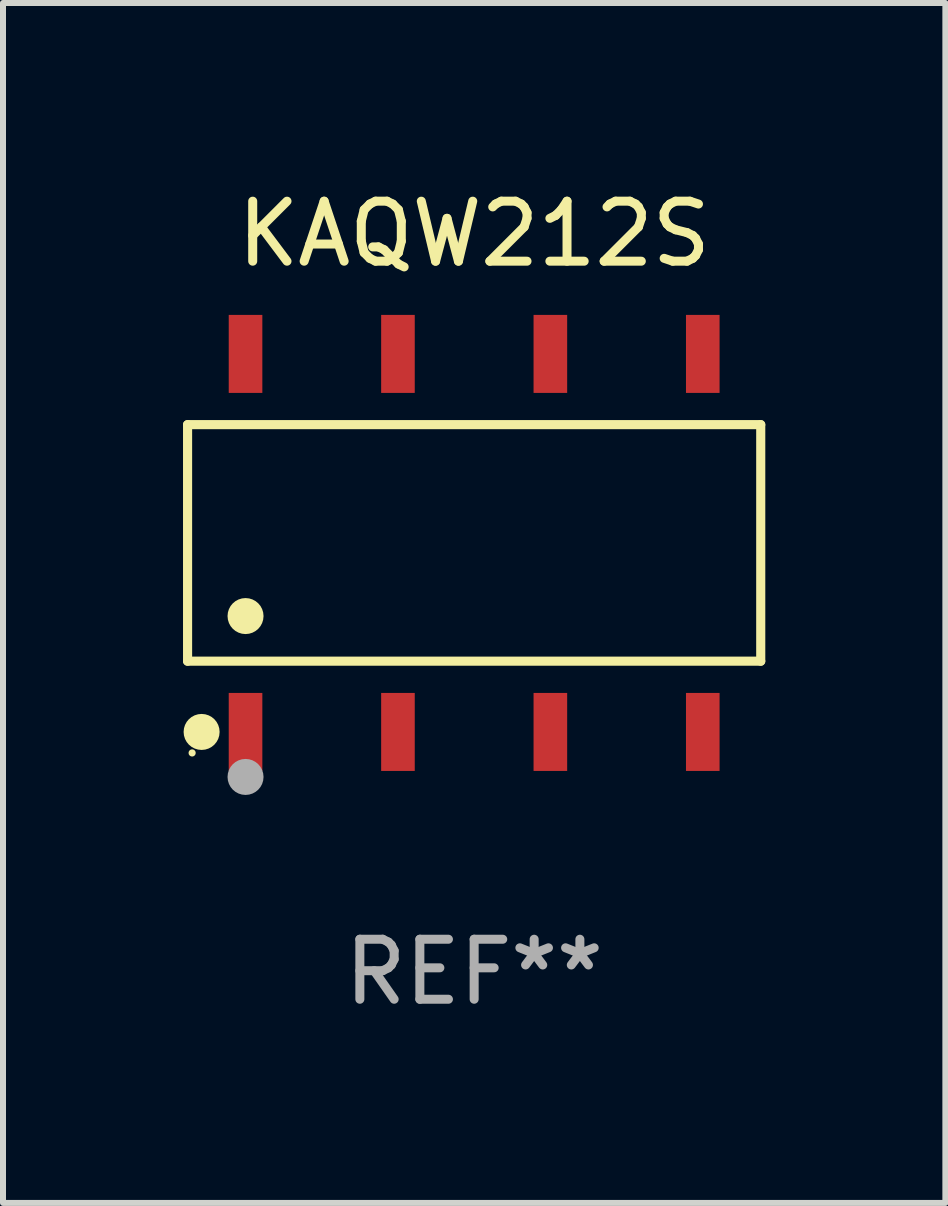
<source format=kicad_pcb>
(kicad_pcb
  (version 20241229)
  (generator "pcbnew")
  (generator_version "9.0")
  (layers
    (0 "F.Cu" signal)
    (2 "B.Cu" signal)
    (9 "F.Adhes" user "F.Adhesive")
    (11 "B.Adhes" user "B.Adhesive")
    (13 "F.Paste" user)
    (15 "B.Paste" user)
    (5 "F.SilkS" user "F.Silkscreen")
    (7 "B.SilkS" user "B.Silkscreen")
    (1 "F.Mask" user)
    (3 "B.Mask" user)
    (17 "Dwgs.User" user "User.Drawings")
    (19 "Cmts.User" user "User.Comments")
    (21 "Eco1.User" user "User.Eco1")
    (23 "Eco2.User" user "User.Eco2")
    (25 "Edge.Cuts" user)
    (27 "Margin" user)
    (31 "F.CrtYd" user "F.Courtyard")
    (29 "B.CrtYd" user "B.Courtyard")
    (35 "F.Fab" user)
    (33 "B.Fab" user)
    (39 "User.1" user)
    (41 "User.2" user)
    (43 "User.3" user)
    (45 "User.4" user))
  (footprint "KAQW212S"
    (layer "F.Cu")
    (at 4.852 5.998)
    (property "Reference" "KAQW212S" (at 0 -5.15 0) (layer "F.SilkS") (effects (font (size 1 1) (thickness 0.15))))
    (attr through_hole)
    (fp_line (start -4.776 -1.971) (end 4.776 -1.971) (stroke (width 0.152) (type solid)) (layer "F.SilkS"))
    (fp_line (start -4.776 1.971) (end -4.776 -1.971) (stroke (width 0.152) (type solid)) (layer "F.SilkS"))
    (fp_line (start 4.776 -1.971) (end 4.776 1.971) (stroke (width 0.152) (type solid)) (layer "F.SilkS"))
    (fp_line (start 4.776 1.971) (end -4.776 1.971) (stroke (width 0.152) (type solid)) (layer "F.SilkS"))
    (fp_circle (center -4.7 3.5) (end -4.67 3.5) (stroke (width 0.06) (type solid)) (fill no) (layer "F.SilkS"))
    (fp_circle (center -4.542 3.15) (end -4.392 3.15) (stroke (width 0.3) (type solid)) (fill no) (layer "F.SilkS"))
    (fp_circle (center -3.81 1.219) (end -3.66 1.219) (stroke (width 0.3) (type solid)) (fill no) (layer "F.SilkS"))
    (fp_circle (center -3.81 3.9) (end -3.66 3.9) (stroke (width 0.3) (type solid)) (fill no) (layer "F.Fab"))
    (fp_text user "REF**" (at 0 7.15 0) (layer "F.Fab") (effects (font (size 1 1) (thickness 0.15))))
    (pad "1" smd rect (at -3.81 3.15) (size 0.56 1.3) (layers "F.Cu" "F.Mask" "F.Paste"))
    (pad "2" smd rect (at -1.27 3.15) (size 0.56 1.3) (layers "F.Cu" "F.Mask" "F.Paste"))
    (pad "3" smd rect (at 1.27 3.15) (size 0.56 1.3) (layers "F.Cu" "F.Mask" "F.Paste"))
    (pad "4" smd rect (at 3.81 3.15) (size 0.56 1.3) (layers "F.Cu" "F.Mask" "F.Paste"))
    (pad "5" smd rect (at 3.81 -3.15) (size 0.56 1.3) (layers "F.Cu" "F.Mask" "F.Paste"))
    (pad "6" smd rect (at 1.27 -3.15) (size 0.56 1.3) (layers "F.Cu" "F.Mask" "F.Paste"))
    (pad "7" smd rect (at -1.27 -3.15) (size 0.56 1.3) (layers "F.Cu" "F.Mask" "F.Paste"))
    (pad "8" smd rect (at -3.81 -3.15) (size 0.56 1.3) (layers "F.Cu" "F.Mask" "F.Paste")))
  (gr_rect
    (start -3 -3)
    (end 12.705 16.997)
    (stroke (width 0.1) (type default))
    (fill no)
    (layer "Edge.Cuts")))
</source>
